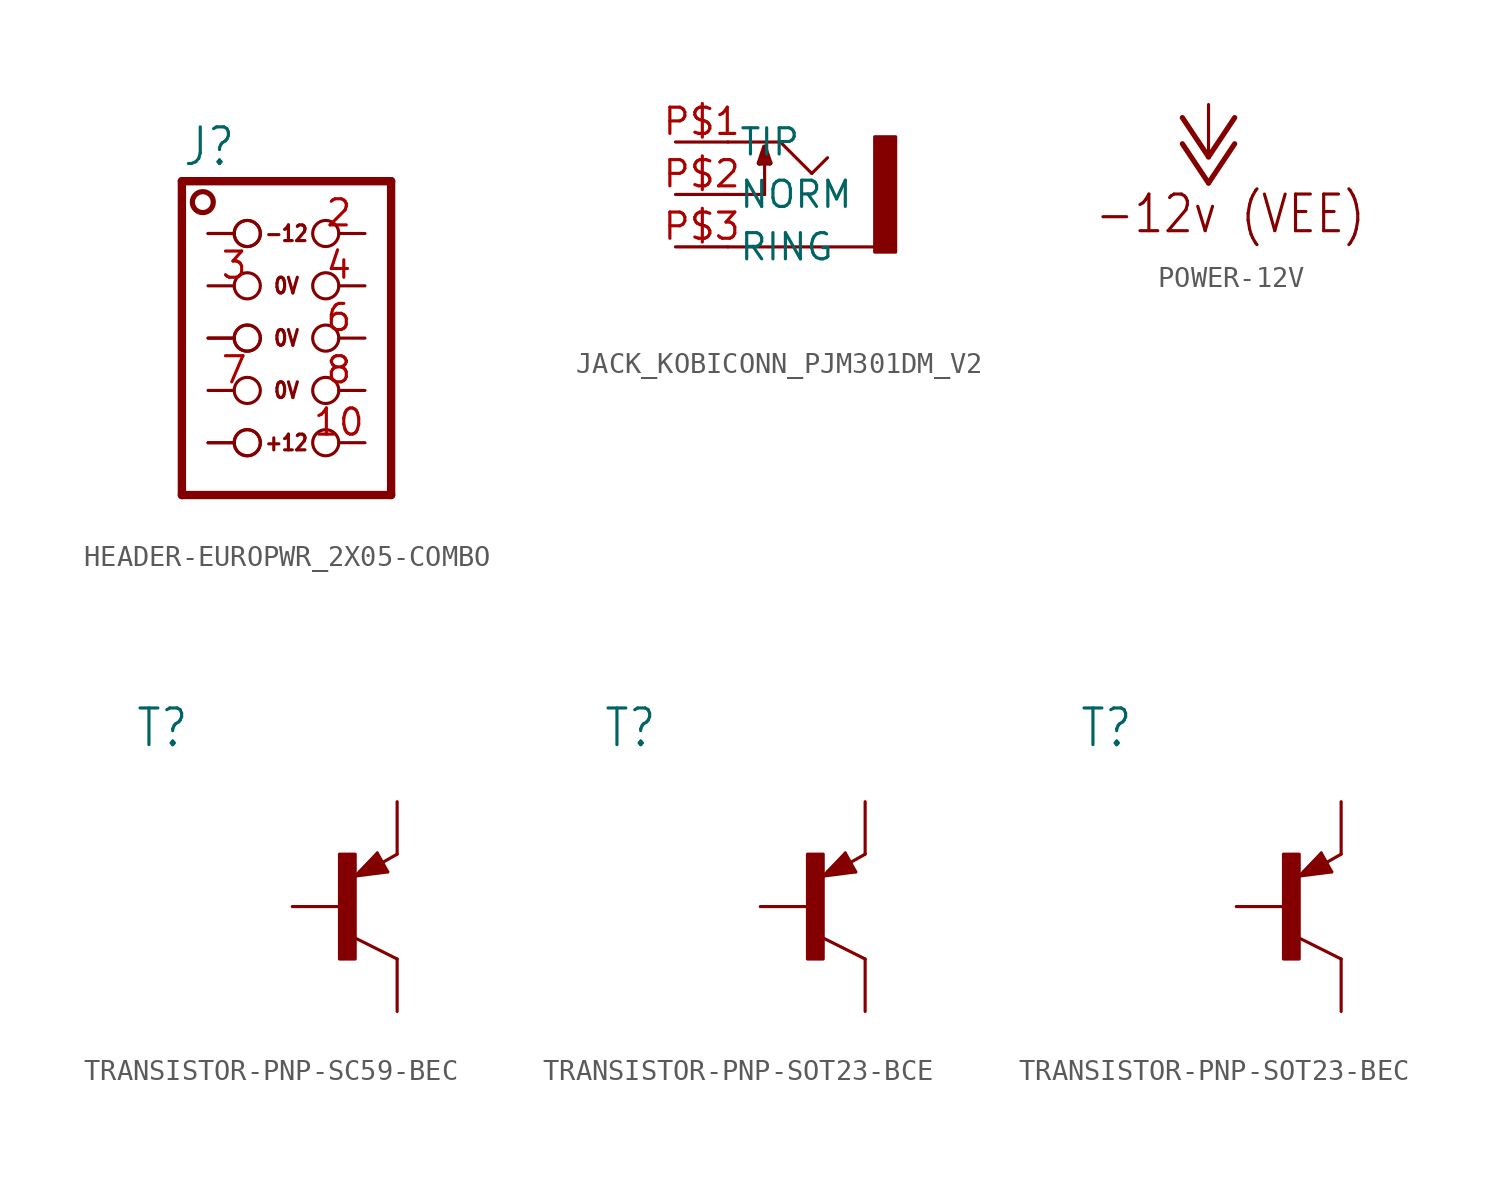
<source format=kicad_sym>
(kicad_symbol_lib
  (version 20231120)
  (generator "kicad_symbol_editor")
  (generator_version "8.0")
  (symbol "HEADER-EUROPWR_2X05-COMBO"
    (property "Reference" "J"
      (at -1.27 8.255 0)
      (effects (font (size 1.778 1.511)) (justify left bottom)))
    (property "ki_locked" ""
      (at 0 0 0)
      (effects (font (size 1.27 1.27))))
    (symbol "HEADER-EUROPWR_2X05-COMBO_1_0"
      (circle (center -0.254 6.604) (radius 0.508) (stroke (width 0.254) (type solid)) (fill (type none)))
      (polyline (pts (xy -1.27 -7.62) (xy -1.27 7.62)) (stroke (width 0.406) (type solid)) (fill (type none)))
      (polyline (pts (xy -1.27 7.62) (xy 8.89 7.62)) (stroke (width 0.406) (type solid)) (fill (type none)))
      (polyline (pts (xy 8.89 -7.62) (xy -1.27 -7.62)) (stroke (width 0.406) (type solid)) (fill (type none)))
      (polyline (pts (xy 8.89 7.62) (xy 8.89 -7.62)) (stroke (width 0.406) (type solid)) (fill (type none)))
      (text "+12" (at 3.81 -5.08 0) (effects (font (size 0.762 0.648))))
      (text "-12" (at 3.81 5.08 0) (effects (font (size 0.762 0.648))))
      (text "0V" (at 3.81 -2.54 0) (effects (font (size 0.762 0.648))))
      (text "0V" (at 3.81 0 0) (effects (font (size 0.762 0.648))))
      (text "0V" (at 3.81 2.54 0) (effects (font (size 0.762 0.648))))
      (pin passive inverted (at 0 5.08 0) (length 2.54) (name "1" (effects (font (size 0 0)))) (number "1" (effects (font (size 0 0)))))
      (pin passive inverted (at 7.62 -5.08 180) (length 2.54) (name "10" (effects (font (size 0 0)))) (number "10" (effects (font (size 1.27 1.27)))))
      (pin passive inverted (at 7.62 5.08 180) (length 2.54) (name "2" (effects (font (size 0 0)))) (number "2" (effects (font (size 1.27 1.27)))))
      (pin passive inverted (at 0 2.54 0) (length 2.54) (name "3" (effects (font (size 0 0)))) (number "3" (effects (font (size 1.27 1.27)))))
      (pin passive inverted (at 7.62 2.54 180) (length 2.54) (name "4" (effects (font (size 0 0)))) (number "4" (effects (font (size 1.27 1.27)))))
      (pin passive inverted (at 0 0 0) (length 2.54) (name "5" (effects (font (size 0 0)))) (number "5" (effects (font (size 0 0)))))
      (pin passive inverted (at 7.62 0 180) (length 2.54) (name "6" (effects (font (size 0 0)))) (number "6" (effects (font (size 1.27 1.27)))))
      (pin passive inverted (at 0 -2.54 0) (length 2.54) (name "7" (effects (font (size 0 0)))) (number "7" (effects (font (size 1.27 1.27)))))
      (pin passive inverted (at 7.62 -2.54 180) (length 2.54) (name "8" (effects (font (size 0 0)))) (number "8" (effects (font (size 1.27 1.27)))))
      (pin passive inverted (at 0 -5.08 0) (length 2.54) (name "9" (effects (font (size 0 0)))) (number "9" (effects (font (size 0 0)))))
      (pin passive inverted (at 0 0 0) (length 2.54) (name "5" (effects (font (size 0 0)))) (number "B" (effects (font (size 0 0)))))
      (pin passive inverted (at 0 -5.08 0) (length 2.54) (name "9" (effects (font (size 0 0)))) (number "R" (effects (font (size 0 0)))))
      (pin passive inverted (at 0 5.08 0) (length 2.54) (name "1" (effects (font (size 0 0)))) (number "W" (effects (font (size 0 0)))))))
  (symbol "JACK_KOBICONN_PJM301DM_V2"
    (property "Reference" ""
      (at -2.54 4.064 0)
      (effects (font (size 1.778 1.511)) (justify left bottom) (hide yes)))
    (property "Value" ""
      (at -2.54 -6.096 0)
      (effects (font (size 1.778 1.511)) (justify left bottom)))
    (property "ki_locked" ""
      (at 0 0 0)
      (effects (font (size 1.27 1.27))))
    (symbol "JACK_KOBICONN_PJM301DM_V2_1_0"
      (polyline (pts (xy -2.54 -2.54) (xy 4.572 -2.54)) (stroke (width 0.152) (type solid)) (fill (type none)))
      (polyline (pts (xy -2.54 0) (xy -0.762 0)) (stroke (width 0.152) (type solid)) (fill (type none)))
      (polyline (pts (xy -2.54 2.54) (xy 0 2.54)) (stroke (width 0.152) (type solid)) (fill (type none)))
      (polyline (pts (xy -1.016 1.524) (xy -0.508 1.524)) (stroke (width 0.254) (type solid)) (fill (type none)))
      (polyline (pts (xy -0.762 0) (xy -0.762 2.286)) (stroke (width 0.152) (type solid)) (fill (type none)))
      (polyline (pts (xy -0.762 2.286) (xy -1.016 1.524)) (stroke (width 0.254) (type solid)) (fill (type none)))
      (polyline (pts (xy -0.508 1.524) (xy -0.762 2.286)) (stroke (width 0.254) (type solid)) (fill (type none)))
      (polyline (pts (xy 0 2.54) (xy 1.524 1.016)) (stroke (width 0.152) (type solid)) (fill (type none)))
      (polyline (pts (xy 1.524 1.016) (xy 2.286 1.778)) (stroke (width 0.152) (type solid)) (fill (type none)))
      (rectangle (start 4.572 2.794) (end 5.588 -2.794) (stroke (width 0) (type default)) (fill (type outline)))
      (pin passive line (at -5.08 2.54 0) (length 2.54) (name "TIP" (effects (font (size 1.27 1.27)))) (number "P$1" (effects (font (size 1.27 1.27)))))
      (pin passive line (at -5.08 0 0) (length 2.54) (name "NORM" (effects (font (size 1.27 1.27)))) (number "P$2" (effects (font (size 1.27 1.27)))))
      (pin passive line (at -5.08 -2.54 0) (length 2.54) (name "RING" (effects (font (size 1.27 1.27)))) (number "P$3" (effects (font (size 1.27 1.27)))))))
  (symbol "POWER-12V"
    (power)
    (property "Reference" "#P-"
      (at 0 0 0)
      (effects (font (size 1.27 1.27)) (hide yes)))
    (property "ki_locked" ""
      (at 0 0 0)
      (effects (font (size 1.27 1.27))))
    (symbol "POWER-12V_1_0"
      (polyline (pts (xy -1.27 0.635) (xy 0 -1.27)) (stroke (width 0.254) (type solid)) (fill (type none)))
      (polyline (pts (xy -1.27 1.905) (xy 0 0)) (stroke (width 0.254) (type solid)) (fill (type none)))
      (polyline (pts (xy 0 -1.27) (xy 1.27 0.635)) (stroke (width 0.254) (type solid)) (fill (type none)))
      (polyline (pts (xy 0 0) (xy 1.27 1.905)) (stroke (width 0.254) (type solid)) (fill (type none)))
      (text "-12v (VEE)" (at -5.588 -3.81 0) (effects (font (size 1.778 1.511)) (justify left bottom)))
      (pin power_in line (at 0 2.54 270) (length 2.54) (name "-12V" (effects (font (size 0 0)))) (number "1" (effects (font (size 0 0)))))))
  (symbol "TRANSISTOR-PNP-SC59-BEC"
    (property "Reference" "T"
      (at -10.16 7.62 0)
      (effects (font (size 1.778 1.511)) (justify left bottom)))
    (property "Value" ""
      (at -10.16 5.08 0)
      (effects (font (size 1.778 1.511)) (justify left bottom)))
    (property "ki_locked" ""
      (at 0 0 0)
      (effects (font (size 1.27 1.27))))
    (symbol "TRANSISTOR-PNP-SC59-BEC_1_0"
      (rectangle (start -0.254 -2.54) (end 0.508 2.54) (stroke (width 0) (type default)) (fill (type outline)))
      (polyline (pts (xy 0.516 1.478) (xy 2.086 1.678)) (stroke (width 0.152) (type solid)) (fill (type none)))
      (polyline (pts (xy 0.762 1.651) (xy 1.778 1.778)) (stroke (width 0.254) (type solid)) (fill (type none)))
      (polyline (pts (xy 1.143 1.905) (xy 1.524 1.905)) (stroke (width 0.254) (type solid)) (fill (type none)))
      (polyline (pts (xy 1.524 2.159) (xy 1.143 1.905)) (stroke (width 0.254) (type solid)) (fill (type none)))
      (polyline (pts (xy 1.524 2.413) (xy 0.762 1.651)) (stroke (width 0.254) (type solid)) (fill (type none)))
      (polyline (pts (xy 1.578 2.594) (xy 0.516 1.478)) (stroke (width 0.152) (type solid)) (fill (type none)))
      (polyline (pts (xy 1.778 1.778) (xy 1.524 2.159)) (stroke (width 0.254) (type solid)) (fill (type none)))
      (polyline (pts (xy 1.905 1.778) (xy 1.524 2.413)) (stroke (width 0.254) (type solid)) (fill (type none)))
      (polyline (pts (xy 2.086 1.678) (xy 1.578 2.594)) (stroke (width 0.152) (type solid)) (fill (type none)))
      (polyline (pts (xy 2.54 -2.54) (xy 0.508 -1.524)) (stroke (width 0.152) (type solid)) (fill (type none)))
      (polyline (pts (xy 2.54 2.54) (xy 1.808 2.124)) (stroke (width 0.152) (type solid)) (fill (type none)))
      (pin passive line (at -2.54 0 0) (length 2.54) (name "B" (effects (font (size 0 0)))) (number "B" (effects (font (size 0 0)))))
      (pin passive line (at 2.54 -5.08 90) (length 2.54) (name "C" (effects (font (size 0 0)))) (number "C" (effects (font (size 0 0)))))
      (pin passive line (at 2.54 5.08 270) (length 2.54) (name "E" (effects (font (size 0 0)))) (number "E" (effects (font (size 0 0)))))))
  (symbol "TRANSISTOR-PNP-SOT23-BCE"
    (property "Reference" "T"
      (at -10.16 7.62 0)
      (effects (font (size 1.778 1.511)) (justify left bottom)))
    (property "Value" ""
      (at -10.16 5.08 0)
      (effects (font (size 1.778 1.511)) (justify left bottom)))
    (property "ki_locked" ""
      (at 0 0 0)
      (effects (font (size 1.27 1.27))))
    (symbol "TRANSISTOR-PNP-SOT23-BCE_1_0"
      (rectangle (start -0.254 -2.54) (end 0.508 2.54) (stroke (width 0) (type default)) (fill (type outline)))
      (polyline (pts (xy 0.516 1.478) (xy 2.086 1.678)) (stroke (width 0.152) (type solid)) (fill (type none)))
      (polyline (pts (xy 0.762 1.651) (xy 1.778 1.778)) (stroke (width 0.254) (type solid)) (fill (type none)))
      (polyline (pts (xy 1.143 1.905) (xy 1.524 1.905)) (stroke (width 0.254) (type solid)) (fill (type none)))
      (polyline (pts (xy 1.524 2.159) (xy 1.143 1.905)) (stroke (width 0.254) (type solid)) (fill (type none)))
      (polyline (pts (xy 1.524 2.413) (xy 0.762 1.651)) (stroke (width 0.254) (type solid)) (fill (type none)))
      (polyline (pts (xy 1.578 2.594) (xy 0.516 1.478)) (stroke (width 0.152) (type solid)) (fill (type none)))
      (polyline (pts (xy 1.778 1.778) (xy 1.524 2.159)) (stroke (width 0.254) (type solid)) (fill (type none)))
      (polyline (pts (xy 1.905 1.778) (xy 1.524 2.413)) (stroke (width 0.254) (type solid)) (fill (type none)))
      (polyline (pts (xy 2.086 1.678) (xy 1.578 2.594)) (stroke (width 0.152) (type solid)) (fill (type none)))
      (polyline (pts (xy 2.54 -2.54) (xy 0.508 -1.524)) (stroke (width 0.152) (type solid)) (fill (type none)))
      (polyline (pts (xy 2.54 2.54) (xy 1.808 2.124)) (stroke (width 0.152) (type solid)) (fill (type none)))
      (pin passive line (at -2.54 0 0) (length 2.54) (name "B" (effects (font (size 0 0)))) (number "B" (effects (font (size 0 0)))))
      (pin passive line (at 2.54 -5.08 90) (length 2.54) (name "C" (effects (font (size 0 0)))) (number "C" (effects (font (size 0 0)))))
      (pin passive line (at 2.54 5.08 270) (length 2.54) (name "E" (effects (font (size 0 0)))) (number "E" (effects (font (size 0 0)))))))
  (symbol "TRANSISTOR-PNP-SOT23-BEC"
    (property "Reference" "T"
      (at -10.16 7.62 0)
      (effects (font (size 1.778 1.511)) (justify left bottom)))
    (property "Value" ""
      (at -10.16 5.08 0)
      (effects (font (size 1.778 1.511)) (justify left bottom)))
    (property "ki_locked" ""
      (at 0 0 0)
      (effects (font (size 1.27 1.27))))
    (symbol "TRANSISTOR-PNP-SOT23-BEC_1_0"
      (rectangle (start -0.254 -2.54) (end 0.508 2.54) (stroke (width 0) (type default)) (fill (type outline)))
      (polyline (pts (xy 0.516 1.478) (xy 2.086 1.678)) (stroke (width 0.152) (type solid)) (fill (type none)))
      (polyline (pts (xy 0.762 1.651) (xy 1.778 1.778)) (stroke (width 0.254) (type solid)) (fill (type none)))
      (polyline (pts (xy 1.143 1.905) (xy 1.524 1.905)) (stroke (width 0.254) (type solid)) (fill (type none)))
      (polyline (pts (xy 1.524 2.159) (xy 1.143 1.905)) (stroke (width 0.254) (type solid)) (fill (type none)))
      (polyline (pts (xy 1.524 2.413) (xy 0.762 1.651)) (stroke (width 0.254) (type solid)) (fill (type none)))
      (polyline (pts (xy 1.578 2.594) (xy 0.516 1.478)) (stroke (width 0.152) (type solid)) (fill (type none)))
      (polyline (pts (xy 1.778 1.778) (xy 1.524 2.159)) (stroke (width 0.254) (type solid)) (fill (type none)))
      (polyline (pts (xy 1.905 1.778) (xy 1.524 2.413)) (stroke (width 0.254) (type solid)) (fill (type none)))
      (polyline (pts (xy 2.086 1.678) (xy 1.578 2.594)) (stroke (width 0.152) (type solid)) (fill (type none)))
      (polyline (pts (xy 2.54 -2.54) (xy 0.508 -1.524)) (stroke (width 0.152) (type solid)) (fill (type none)))
      (polyline (pts (xy 2.54 2.54) (xy 1.808 2.124)) (stroke (width 0.152) (type solid)) (fill (type none)))
      (pin passive line (at -2.54 0 0) (length 2.54) (name "B" (effects (font (size 0 0)))) (number "B" (effects (font (size 0 0)))))
      (pin passive line (at 2.54 -5.08 90) (length 2.54) (name "C" (effects (font (size 0 0)))) (number "C" (effects (font (size 0 0)))))
      (pin passive line (at 2.54 5.08 270) (length 2.54) (name "E" (effects (font (size 0 0)))) (number "E" (effects (font (size 0 0))))))))
</source>
